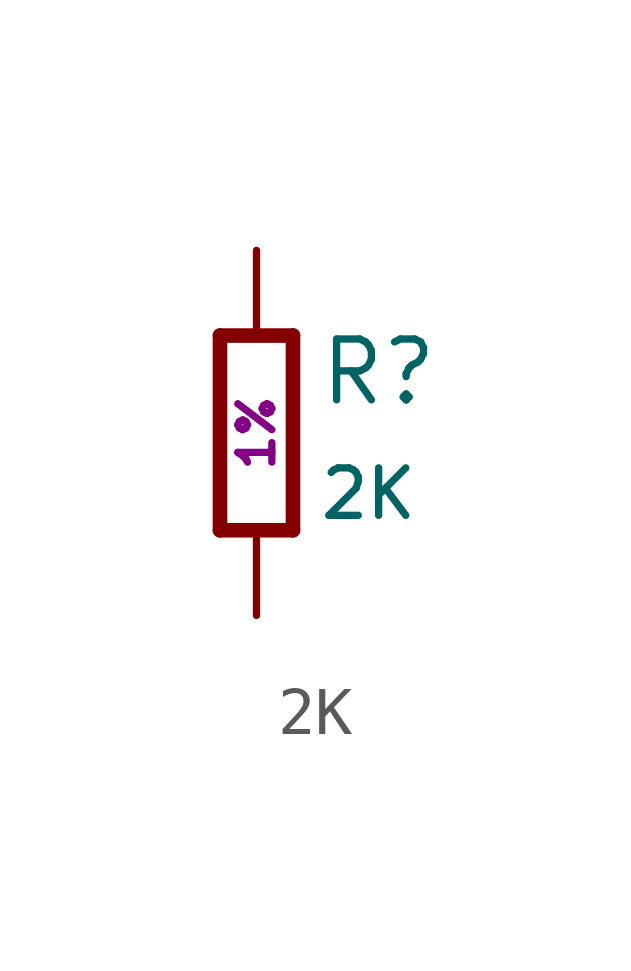
<source format=kicad_sym>
(kicad_symbol_lib
  (version 20211014)
  (generator kicad_symbol_editor)
  (symbol "2K"
    (pin_numbers hide)
    (pin_names
      (offset 0.254) hide)
    (property "Reference" "R"
      (at 1.27 1.27 0)
      (effects (font (size 1.27 1.27)) (justify left)))
    (property "Value" "2K"
      (at 1.27 -1.27 0)
      (effects (font (size 0.991 0.991)) (justify left)))
    (property "Tolerance" "1%"
      (at 0 0 90)
      (effects (font (size 0.711 0.711))))
    (symbol "2K_1_1"
      (polyline (pts (xy -0.762 -2.032) (xy -0.762 2.032)) (stroke (width 0.305) (type default) (color 0 0 0 0)) (fill (type outline)))
      (polyline (pts (xy 0.762 -2.032) (xy -0.762 -2.032)) (stroke (width 0.305) (type default) (color 0 0 0 0)) (fill (type outline)))
      (polyline (pts (xy 0.762 -2.032) (xy 0.762 2.032)) (stroke (width 0.305) (type default) (color 0 0 0 0)) (fill (type outline)))
      (polyline (pts (xy 0.762 2.032) (xy -0.762 2.032)) (stroke (width 0.305) (type default) (color 0 0 0 0)) (fill (type outline)))
      (pin passive line (at 0 3.81 270) (length 1.6) (name "~" (effects (font (size 1.27 1.27)))) (number "1" (effects (font (size 1.27 1.27)))))
      (pin passive line (at 0 -3.81 90) (length 1.6) (name "~" (effects (font (size 1.27 1.27)))) (number "2" (effects (font (size 1.27 1.27))))))))
</source>
